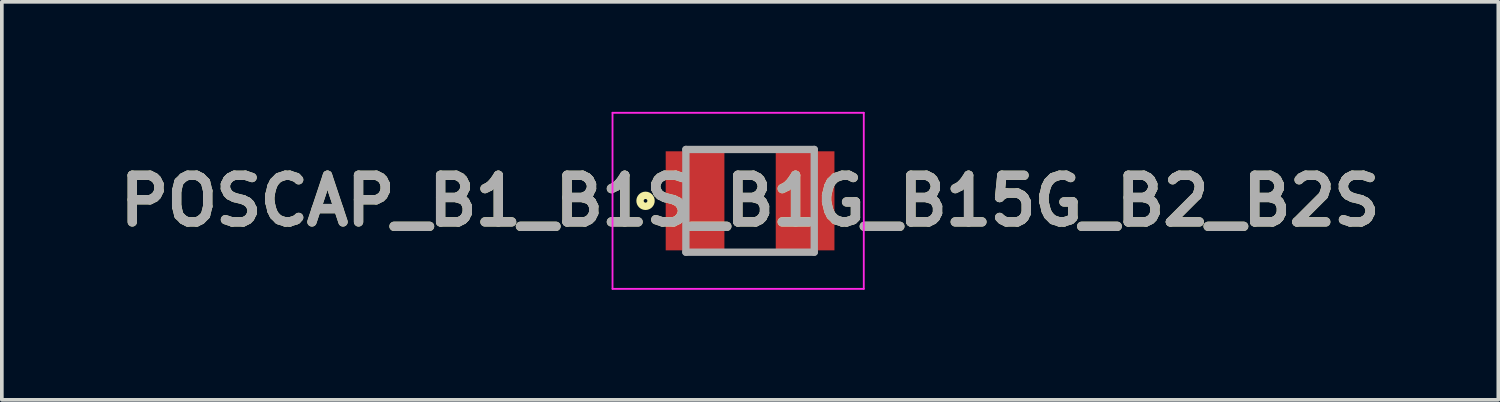
<source format=kicad_pcb>
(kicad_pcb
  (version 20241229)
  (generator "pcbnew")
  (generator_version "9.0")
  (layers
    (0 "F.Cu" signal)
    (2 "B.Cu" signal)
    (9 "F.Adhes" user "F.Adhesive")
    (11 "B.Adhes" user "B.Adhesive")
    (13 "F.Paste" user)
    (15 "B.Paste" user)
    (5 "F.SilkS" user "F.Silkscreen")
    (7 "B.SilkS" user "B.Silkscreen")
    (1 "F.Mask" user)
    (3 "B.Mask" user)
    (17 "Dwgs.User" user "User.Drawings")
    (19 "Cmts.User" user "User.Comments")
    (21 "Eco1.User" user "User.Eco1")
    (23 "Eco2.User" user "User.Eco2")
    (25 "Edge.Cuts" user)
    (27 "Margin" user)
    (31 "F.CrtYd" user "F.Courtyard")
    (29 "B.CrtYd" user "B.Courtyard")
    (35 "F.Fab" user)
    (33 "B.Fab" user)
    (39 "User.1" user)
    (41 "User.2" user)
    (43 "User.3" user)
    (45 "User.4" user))
  (footprint "POSCAP_B1_B1S_B1G_B15G_B2_B2S"
    (layer "F.Cu")
    (at 17.399 2.425)
    (property "Reference" "POSCAP_B1_B1S_B1G_B15G_B2_B2S" (at 0 0 0) (layer "F.SilkS") (effects (font (size 1.27 1.27) (thickness 0.254))))
    (attr smd)
    (fp_circle (center -2.85 0) (end -2.85 0.05) (stroke (width 0.2) (type solid)) (fill no) (layer "F.SilkS"))
    (fp_line (start -3.75 -2.4) (end 3.1 -2.4) (stroke (width 0.05) (type solid)) (layer "F.CrtYd"))
    (fp_line (start -3.75 2.4) (end -3.75 -2.4) (stroke (width 0.05) (type solid)) (layer "F.CrtYd"))
    (fp_line (start 3.1 -2.4) (end 3.1 2.4) (stroke (width 0.05) (type solid)) (layer "F.CrtYd"))
    (fp_line (start 3.1 2.4) (end -3.75 2.4) (stroke (width 0.05) (type solid)) (layer "F.CrtYd"))
    (fp_line (start -1.75 -1.4) (end 1.75 -1.4) (stroke (width 0.2) (type solid)) (layer "F.Fab"))
    (fp_line (start -1.75 1.4) (end -1.75 -1.4) (stroke (width 0.2) (type solid)) (layer "F.Fab"))
    (fp_line (start 1.75 -1.4) (end 1.75 1.4) (stroke (width 0.2) (type solid)) (layer "F.Fab"))
    (fp_line (start 1.75 1.4) (end -1.75 1.4) (stroke (width 0.2) (type solid)) (layer "F.Fab"))
    (fp_text user "${REFERENCE}" (at 0 0 0) (layer "F.Fab") (effects (font (size 1.27 1.27) (thickness 0.254))))
    (pad "1" smd rect (at -1.5 0) (size 1.6 2.7) (layers "F.Cu" "F.Mask" "F.Paste"))
    (pad "2" smd rect (at 1.5 0) (size 1.6 2.7) (layers "F.Cu" "F.Mask" "F.Paste")))
  (gr_rect
    (start -3 -3)
    (end 37.798 7.85)
    (stroke (width 0.1) (type default))
    (fill no)
    (layer "Edge.Cuts")))
</source>
